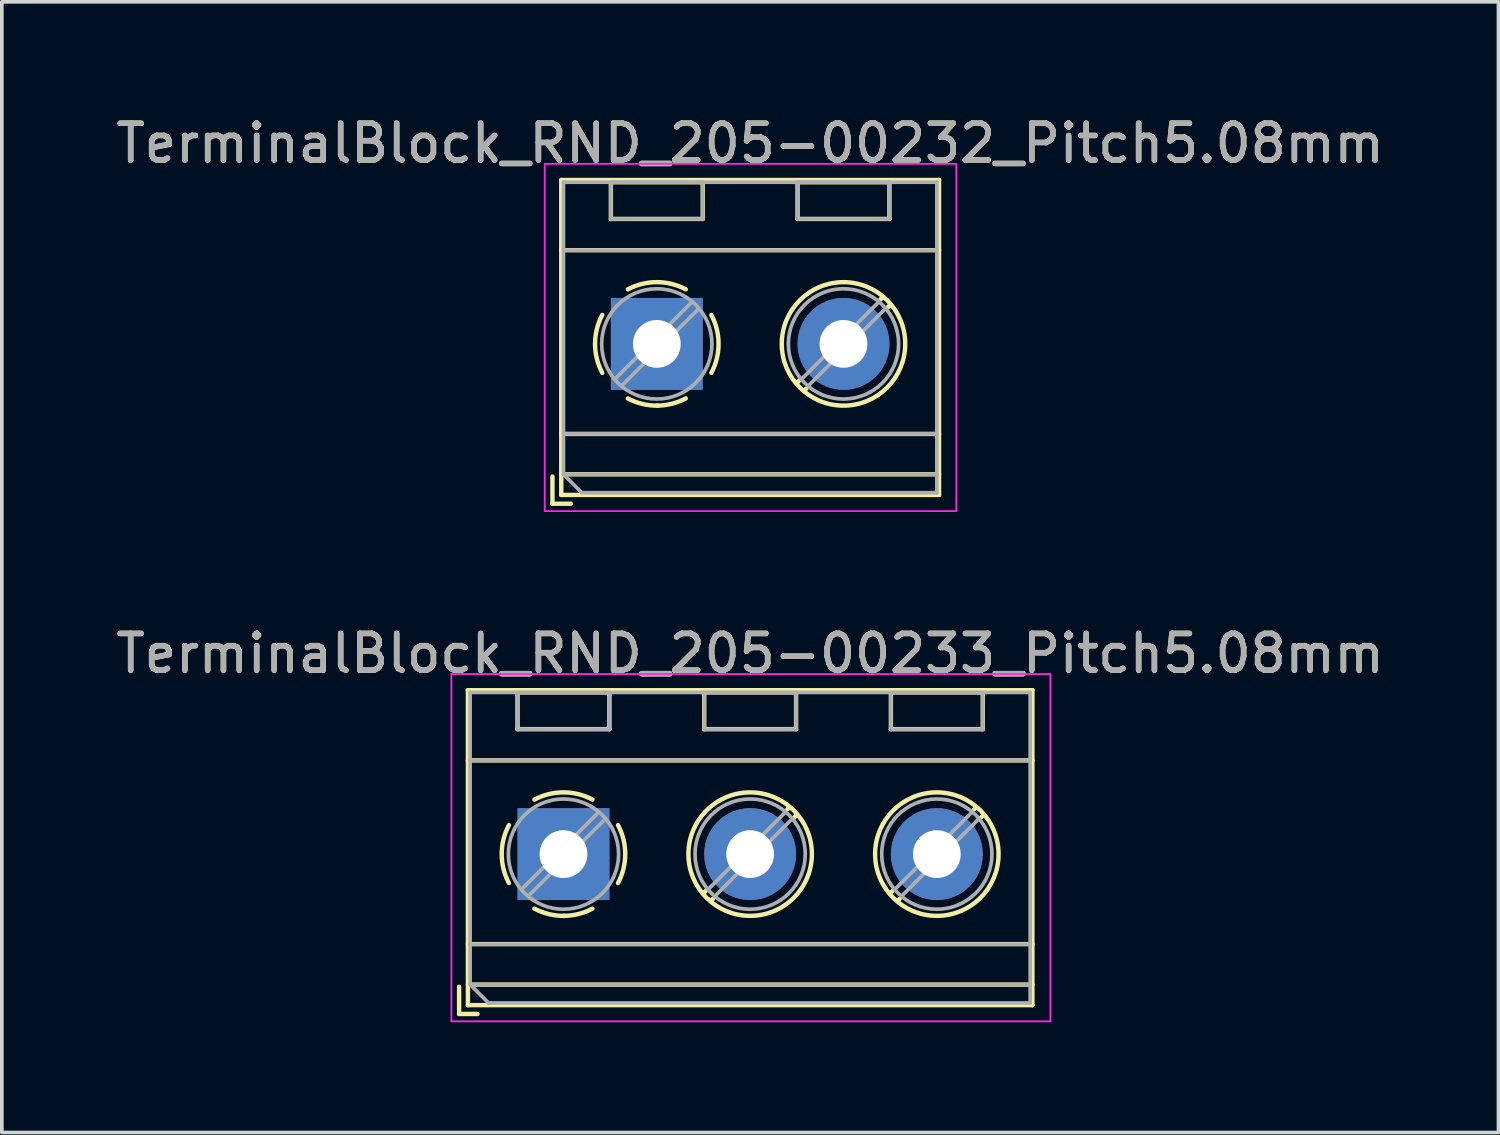
<source format=kicad_pcb>
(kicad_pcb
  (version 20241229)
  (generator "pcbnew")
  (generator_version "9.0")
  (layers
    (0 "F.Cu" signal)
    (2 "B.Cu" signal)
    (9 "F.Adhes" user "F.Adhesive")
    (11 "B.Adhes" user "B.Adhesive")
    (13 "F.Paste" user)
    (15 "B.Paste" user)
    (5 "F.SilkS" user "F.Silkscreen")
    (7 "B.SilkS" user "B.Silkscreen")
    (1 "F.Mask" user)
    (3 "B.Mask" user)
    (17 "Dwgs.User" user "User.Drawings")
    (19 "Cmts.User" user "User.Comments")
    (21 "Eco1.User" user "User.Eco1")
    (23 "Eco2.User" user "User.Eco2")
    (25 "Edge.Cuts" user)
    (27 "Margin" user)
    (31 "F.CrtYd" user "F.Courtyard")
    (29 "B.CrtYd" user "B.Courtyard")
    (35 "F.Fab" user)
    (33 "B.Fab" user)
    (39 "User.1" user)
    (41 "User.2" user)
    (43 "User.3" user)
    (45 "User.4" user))
  (footprint "TerminalBlock_RND_205-00233_Pitch5.08mm"
    (layer "F.Cu")
    (at 12.283 20.192)
    (property "Reference" "TerminalBlock_RND_205-00233_Pitch5.08mm" (at 5.08 -5.46 0) (layer "F.SilkS") (effects (font (size 1 1) (thickness 0.15))))
    (attr through_hole)
    (fp_line (start -2.84 3.61) (end -2.84 4.35) (stroke (width 0.12) (type solid)) (layer "F.SilkS"))
    (fp_line (start -2.84 4.35) (end -2.34 4.35) (stroke (width 0.12) (type solid)) (layer "F.SilkS"))
    (fp_line (start -2.6 -4.46) (end -2.6 4.11) (stroke (width 0.12) (type solid)) (layer "F.SilkS"))
    (fp_line (start -2.6 -2.55) (end 12.76 -2.55) (stroke (width 0.12) (type solid)) (layer "F.SilkS"))
    (fp_line (start -2.6 2.45) (end 12.76 2.45) (stroke (width 0.12) (type solid)) (layer "F.SilkS"))
    (fp_line (start -2.6 3.55) (end 12.76 3.55) (stroke (width 0.12) (type solid)) (layer "F.SilkS"))
    (fp_line (start -2.6 4.11) (end 12.76 4.11) (stroke (width 0.12) (type solid)) (layer "F.SilkS"))
    (fp_line (start -1.25 -4.4) (end -1.25 -3.4) (stroke (width 0.12) (type solid)) (layer "F.SilkS"))
    (fp_line (start -1.25 -4.4) (end 1.25 -4.4) (stroke (width 0.12) (type solid)) (layer "F.SilkS"))
    (fp_line (start -1.25 -3.4) (end 1.25 -3.4) (stroke (width 0.12) (type solid)) (layer "F.SilkS"))
    (fp_line (start 1.25 -4.4) (end 1.25 -3.4) (stroke (width 0.12) (type solid)) (layer "F.SilkS"))
    (fp_line (start 3.83 -4.4) (end 3.83 -3.4) (stroke (width 0.12) (type solid)) (layer "F.SilkS"))
    (fp_line (start 3.83 -4.4) (end 6.33 -4.4) (stroke (width 0.12) (type solid)) (layer "F.SilkS"))
    (fp_line (start 3.83 -3.4) (end 6.33 -3.4) (stroke (width 0.12) (type solid)) (layer "F.SilkS"))
    (fp_line (start 3.9 0.976) (end 3.806 1.069) (stroke (width 0.12) (type solid)) (layer "F.SilkS"))
    (fp_line (start 4.07 1.216) (end 4.011 1.274) (stroke (width 0.12) (type solid)) (layer "F.SilkS"))
    (fp_line (start 6.15 -1.275) (end 6.091 -1.216) (stroke (width 0.12) (type solid)) (layer "F.SilkS"))
    (fp_line (start 6.33 -4.4) (end 6.33 -3.4) (stroke (width 0.12) (type solid)) (layer "F.SilkS"))
    (fp_line (start 6.355 -1.069) (end 6.261 -0.976) (stroke (width 0.12) (type solid)) (layer "F.SilkS"))
    (fp_line (start 8.91 -4.4) (end 8.91 -3.4) (stroke (width 0.12) (type solid)) (layer "F.SilkS"))
    (fp_line (start 8.91 -4.4) (end 11.41 -4.4) (stroke (width 0.12) (type solid)) (layer "F.SilkS"))
    (fp_line (start 8.91 -3.4) (end 11.41 -3.4) (stroke (width 0.12) (type solid)) (layer "F.SilkS"))
    (fp_line (start 8.98 0.976) (end 8.886 1.069) (stroke (width 0.12) (type solid)) (layer "F.SilkS"))
    (fp_line (start 9.15 1.216) (end 9.091 1.274) (stroke (width 0.12) (type solid)) (layer "F.SilkS"))
    (fp_line (start 11.23 -1.275) (end 11.171 -1.216) (stroke (width 0.12) (type solid)) (layer "F.SilkS"))
    (fp_line (start 11.41 -4.4) (end 11.41 -3.4) (stroke (width 0.12) (type solid)) (layer "F.SilkS"))
    (fp_line (start 11.435 -1.069) (end 11.341 -0.976) (stroke (width 0.12) (type solid)) (layer "F.SilkS"))
    (fp_line (start 12.76 -4.46) (end -2.6 -4.46) (stroke (width 0.12) (type solid)) (layer "F.SilkS"))
    (fp_line (start 12.76 4.11) (end 12.76 -4.46) (stroke (width 0.12) (type solid)) (layer "F.SilkS"))
    (fp_arc (start -1.483953 0.789089) (mid -1.680708 0.00005) (end -1.484 -0.789) (stroke (width 0.12) (type solid)) (layer "F.SilkS"))
    (fp_arc (start -0.789089 -1.483953) (mid -0.00005 -1.680708) (end 0.789 -1.484) (stroke (width 0.12) (type solid)) (layer "F.SilkS"))
    (fp_arc (start 0.029383 1.68045) (mid -0.392304 1.634281) (end -0.789 1.484) (stroke (width 0.12) (type solid)) (layer "F.SilkS"))
    (fp_arc (start 0.788712 1.483352) (mid 0.406429 1.630097) (end 0 1.68) (stroke (width 0.12) (type solid)) (layer "F.SilkS"))
    (fp_arc (start 1.483953 -0.789089) (mid 1.680708 -0.00005) (end 1.484 0.789) (stroke (width 0.12) (type solid)) (layer "F.SilkS"))
    (fp_circle (center 5.08 0) (end 6.76 0) (stroke (width 0.12) (type solid)) (fill no) (layer "F.SilkS"))
    (fp_circle (center 10.16 0) (end 11.84 0) (stroke (width 0.12) (type solid)) (fill no) (layer "F.SilkS"))
    (fp_line (start -3.05 -4.9) (end -3.05 4.55) (stroke (width 0.05) (type solid)) (layer "F.CrtYd"))
    (fp_line (start -3.05 4.55) (end 13.25 4.55) (stroke (width 0.05) (type solid)) (layer "F.CrtYd"))
    (fp_line (start 13.25 -4.9) (end -3.05 -4.9) (stroke (width 0.05) (type solid)) (layer "F.CrtYd"))
    (fp_line (start 13.25 4.55) (end 13.25 -4.9) (stroke (width 0.05) (type solid)) (layer "F.CrtYd"))
    (fp_line (start -2.54 -4.4) (end 12.7 -4.4) (stroke (width 0.1) (type solid)) (layer "F.Fab"))
    (fp_line (start -2.54 -2.55) (end 12.7 -2.55) (stroke (width 0.1) (type solid)) (layer "F.Fab"))
    (fp_line (start -2.54 2.45) (end 12.7 2.45) (stroke (width 0.1) (type solid)) (layer "F.Fab"))
    (fp_line (start -2.54 3.55) (end -2.54 -4.4) (stroke (width 0.1) (type solid)) (layer "F.Fab"))
    (fp_line (start -2.54 3.55) (end 12.7 3.55) (stroke (width 0.1) (type solid)) (layer "F.Fab"))
    (fp_line (start -2.04 4.05) (end -2.54 3.55) (stroke (width 0.1) (type solid)) (layer "F.Fab"))
    (fp_line (start -1.25 -4.4) (end -1.25 -3.4) (stroke (width 0.1) (type solid)) (layer "F.Fab"))
    (fp_line (start -1.25 -3.4) (end 1.25 -3.4) (stroke (width 0.1) (type solid)) (layer "F.Fab"))
    (fp_line (start 0.955 -1.138) (end -1.138 0.955) (stroke (width 0.1) (type solid)) (layer "F.Fab"))
    (fp_line (start 1.138 -0.955) (end -0.955 1.138) (stroke (width 0.1) (type solid)) (layer "F.Fab"))
    (fp_line (start 1.25 -4.4) (end -1.25 -4.4) (stroke (width 0.1) (type solid)) (layer "F.Fab"))
    (fp_line (start 1.25 -3.4) (end 1.25 -4.4) (stroke (width 0.1) (type solid)) (layer "F.Fab"))
    (fp_line (start 3.83 -4.4) (end 3.83 -3.4) (stroke (width 0.1) (type solid)) (layer "F.Fab"))
    (fp_line (start 3.83 -3.4) (end 6.33 -3.4) (stroke (width 0.1) (type solid)) (layer "F.Fab"))
    (fp_line (start 6.035 -1.138) (end 3.943 0.955) (stroke (width 0.1) (type solid)) (layer "F.Fab"))
    (fp_line (start 6.218 -0.955) (end 4.126 1.138) (stroke (width 0.1) (type solid)) (layer "F.Fab"))
    (fp_line (start 6.33 -4.4) (end 3.83 -4.4) (stroke (width 0.1) (type solid)) (layer "F.Fab"))
    (fp_line (start 6.33 -3.4) (end 6.33 -4.4) (stroke (width 0.1) (type solid)) (layer "F.Fab"))
    (fp_line (start 8.91 -4.4) (end 8.91 -3.4) (stroke (width 0.1) (type solid)) (layer "F.Fab"))
    (fp_line (start 8.91 -3.4) (end 11.41 -3.4) (stroke (width 0.1) (type solid)) (layer "F.Fab"))
    (fp_line (start 11.115 -1.138) (end 9.023 0.955) (stroke (width 0.1) (type solid)) (layer "F.Fab"))
    (fp_line (start 11.298 -0.955) (end 9.206 1.138) (stroke (width 0.1) (type solid)) (layer "F.Fab"))
    (fp_line (start 11.41 -4.4) (end 8.91 -4.4) (stroke (width 0.1) (type solid)) (layer "F.Fab"))
    (fp_line (start 11.41 -3.4) (end 11.41 -4.4) (stroke (width 0.1) (type solid)) (layer "F.Fab"))
    (fp_line (start 12.7 -4.4) (end 12.7 4.05) (stroke (width 0.1) (type solid)) (layer "F.Fab"))
    (fp_line (start 12.7 4.05) (end -2.04 4.05) (stroke (width 0.1) (type solid)) (layer "F.Fab"))
    (fp_circle (center 0 0) (end 1.5 0) (stroke (width 0.1) (type solid)) (fill no) (layer "F.Fab"))
    (fp_circle (center 5.08 0) (end 6.58 0) (stroke (width 0.1) (type solid)) (fill no) (layer "F.Fab"))
    (fp_circle (center 10.16 0) (end 11.66 0) (stroke (width 0.1) (type solid)) (fill no) (layer "F.Fab"))
    (fp_text user "${REFERENCE}" (at 5.08 -5.46 0) (layer "F.Fab") (effects (font (size 1 1) (thickness 0.15))))
    (pad "1" thru_hole rect (at 0 0) (size 2.5 2.5) (drill 1.3) (layers "*.Cu" "*.Mask"))
    (pad "2" thru_hole circle (at 5.08 0) (size 2.5 2.5) (drill 1.3) (layers "*.Cu" "*.Mask"))
    (pad "3" thru_hole circle (at 10.16 0) (size 2.5 2.5) (drill 1.3) (layers "*.Cu" "*.Mask")))
  (footprint "TerminalBlock_RND_205-00232_Pitch5.08mm"
    (layer "F.Cu")
    (at 14.823 6.308)
    (property "Reference" "TerminalBlock_RND_205-00232_Pitch5.08mm" (at 2.54 -5.46 0) (layer "F.SilkS") (effects (font (size 1 1) (thickness 0.15))))
    (attr through_hole)
    (fp_line (start -2.84 3.61) (end -2.84 4.35) (stroke (width 0.12) (type solid)) (layer "F.SilkS"))
    (fp_line (start -2.84 4.35) (end -2.34 4.35) (stroke (width 0.12) (type solid)) (layer "F.SilkS"))
    (fp_line (start -2.6 -4.46) (end -2.6 4.11) (stroke (width 0.12) (type solid)) (layer "F.SilkS"))
    (fp_line (start -2.6 -2.55) (end 7.68 -2.55) (stroke (width 0.12) (type solid)) (layer "F.SilkS"))
    (fp_line (start -2.6 2.45) (end 7.68 2.45) (stroke (width 0.12) (type solid)) (layer "F.SilkS"))
    (fp_line (start -2.6 3.55) (end 7.68 3.55) (stroke (width 0.12) (type solid)) (layer "F.SilkS"))
    (fp_line (start -2.6 4.11) (end 7.68 4.11) (stroke (width 0.12) (type solid)) (layer "F.SilkS"))
    (fp_line (start -1.25 -4.4) (end -1.25 -3.4) (stroke (width 0.12) (type solid)) (layer "F.SilkS"))
    (fp_line (start -1.25 -4.4) (end 1.25 -4.4) (stroke (width 0.12) (type solid)) (layer "F.SilkS"))
    (fp_line (start -1.25 -3.4) (end 1.25 -3.4) (stroke (width 0.12) (type solid)) (layer "F.SilkS"))
    (fp_line (start 1.25 -4.4) (end 1.25 -3.4) (stroke (width 0.12) (type solid)) (layer "F.SilkS"))
    (fp_line (start 3.83 -4.4) (end 3.83 -3.4) (stroke (width 0.12) (type solid)) (layer "F.SilkS"))
    (fp_line (start 3.83 -4.4) (end 6.33 -4.4) (stroke (width 0.12) (type solid)) (layer "F.SilkS"))
    (fp_line (start 3.83 -3.4) (end 6.33 -3.4) (stroke (width 0.12) (type solid)) (layer "F.SilkS"))
    (fp_line (start 3.9 0.976) (end 3.806 1.069) (stroke (width 0.12) (type solid)) (layer "F.SilkS"))
    (fp_line (start 4.07 1.216) (end 4.011 1.274) (stroke (width 0.12) (type solid)) (layer "F.SilkS"))
    (fp_line (start 6.15 -1.275) (end 6.091 -1.216) (stroke (width 0.12) (type solid)) (layer "F.SilkS"))
    (fp_line (start 6.33 -4.4) (end 6.33 -3.4) (stroke (width 0.12) (type solid)) (layer "F.SilkS"))
    (fp_line (start 6.355 -1.069) (end 6.261 -0.976) (stroke (width 0.12) (type solid)) (layer "F.SilkS"))
    (fp_line (start 7.68 -4.46) (end -2.6 -4.46) (stroke (width 0.12) (type solid)) (layer "F.SilkS"))
    (fp_line (start 7.68 4.11) (end 7.68 -4.46) (stroke (width 0.12) (type solid)) (layer "F.SilkS"))
    (fp_arc (start -1.483953 0.789089) (mid -1.680708 0.00005) (end -1.484 -0.789) (stroke (width 0.12) (type solid)) (layer "F.SilkS"))
    (fp_arc (start -0.789089 -1.483953) (mid -0.00005 -1.680708) (end 0.789 -1.484) (stroke (width 0.12) (type solid)) (layer "F.SilkS"))
    (fp_arc (start 0.029383 1.68045) (mid -0.392304 1.634281) (end -0.789 1.484) (stroke (width 0.12) (type solid)) (layer "F.SilkS"))
    (fp_arc (start 0.788712 1.483352) (mid 0.406429 1.630097) (end 0 1.68) (stroke (width 0.12) (type solid)) (layer "F.SilkS"))
    (fp_arc (start 1.483953 -0.789089) (mid 1.680708 -0.00005) (end 1.484 0.789) (stroke (width 0.12) (type solid)) (layer "F.SilkS"))
    (fp_circle (center 5.08 0) (end 6.76 0) (stroke (width 0.12) (type solid)) (fill no) (layer "F.SilkS"))
    (fp_line (start -3.05 -4.9) (end -3.05 4.55) (stroke (width 0.05) (type solid)) (layer "F.CrtYd"))
    (fp_line (start -3.05 4.55) (end 8.15 4.55) (stroke (width 0.05) (type solid)) (layer "F.CrtYd"))
    (fp_line (start 8.15 -4.9) (end -3.05 -4.9) (stroke (width 0.05) (type solid)) (layer "F.CrtYd"))
    (fp_line (start 8.15 4.55) (end 8.15 -4.9) (stroke (width 0.05) (type solid)) (layer "F.CrtYd"))
    (fp_line (start -2.54 -4.4) (end 7.62 -4.4) (stroke (width 0.1) (type solid)) (layer "F.Fab"))
    (fp_line (start -2.54 -2.55) (end 7.62 -2.55) (stroke (width 0.1) (type solid)) (layer "F.Fab"))
    (fp_line (start -2.54 2.45) (end 7.62 2.45) (stroke (width 0.1) (type solid)) (layer "F.Fab"))
    (fp_line (start -2.54 3.55) (end -2.54 -4.4) (stroke (width 0.1) (type solid)) (layer "F.Fab"))
    (fp_line (start -2.54 3.55) (end 7.62 3.55) (stroke (width 0.1) (type solid)) (layer "F.Fab"))
    (fp_line (start -2.04 4.05) (end -2.54 3.55) (stroke (width 0.1) (type solid)) (layer "F.Fab"))
    (fp_line (start -1.25 -4.4) (end -1.25 -3.4) (stroke (width 0.1) (type solid)) (layer "F.Fab"))
    (fp_line (start -1.25 -3.4) (end 1.25 -3.4) (stroke (width 0.1) (type solid)) (layer "F.Fab"))
    (fp_line (start 0.955 -1.138) (end -1.138 0.955) (stroke (width 0.1) (type solid)) (layer "F.Fab"))
    (fp_line (start 1.138 -0.955) (end -0.955 1.138) (stroke (width 0.1) (type solid)) (layer "F.Fab"))
    (fp_line (start 1.25 -4.4) (end -1.25 -4.4) (stroke (width 0.1) (type solid)) (layer "F.Fab"))
    (fp_line (start 1.25 -3.4) (end 1.25 -4.4) (stroke (width 0.1) (type solid)) (layer "F.Fab"))
    (fp_line (start 3.83 -4.4) (end 3.83 -3.4) (stroke (width 0.1) (type solid)) (layer "F.Fab"))
    (fp_line (start 3.83 -3.4) (end 6.33 -3.4) (stroke (width 0.1) (type solid)) (layer "F.Fab"))
    (fp_line (start 6.035 -1.138) (end 3.943 0.955) (stroke (width 0.1) (type solid)) (layer "F.Fab"))
    (fp_line (start 6.218 -0.955) (end 4.126 1.138) (stroke (width 0.1) (type solid)) (layer "F.Fab"))
    (fp_line (start 6.33 -4.4) (end 3.83 -4.4) (stroke (width 0.1) (type solid)) (layer "F.Fab"))
    (fp_line (start 6.33 -3.4) (end 6.33 -4.4) (stroke (width 0.1) (type solid)) (layer "F.Fab"))
    (fp_line (start 7.62 -4.4) (end 7.62 4.05) (stroke (width 0.1) (type solid)) (layer "F.Fab"))
    (fp_line (start 7.62 4.05) (end -2.04 4.05) (stroke (width 0.1) (type solid)) (layer "F.Fab"))
    (fp_circle (center 0 0) (end 1.5 0) (stroke (width 0.1) (type solid)) (fill no) (layer "F.Fab"))
    (fp_circle (center 5.08 0) (end 6.58 0) (stroke (width 0.1) (type solid)) (fill no) (layer "F.Fab"))
    (fp_text user "${REFERENCE}" (at 2.54 -5.46 0) (layer "F.Fab") (effects (font (size 1 1) (thickness 0.15))))
    (pad "1" thru_hole rect (at 0 0) (size 2.5 2.5) (drill 1.3) (layers "*.Cu" "*.Mask"))
    (pad "2" thru_hole circle (at 5.08 0) (size 2.5 2.5) (drill 1.3) (layers "*.Cu" "*.Mask")))
  (gr_rect
    (start -3 -3)
    (end 37.726 27.767)
    (stroke (width 0.1) (type default))
    (fill no)
    (layer "Edge.Cuts")))
</source>
